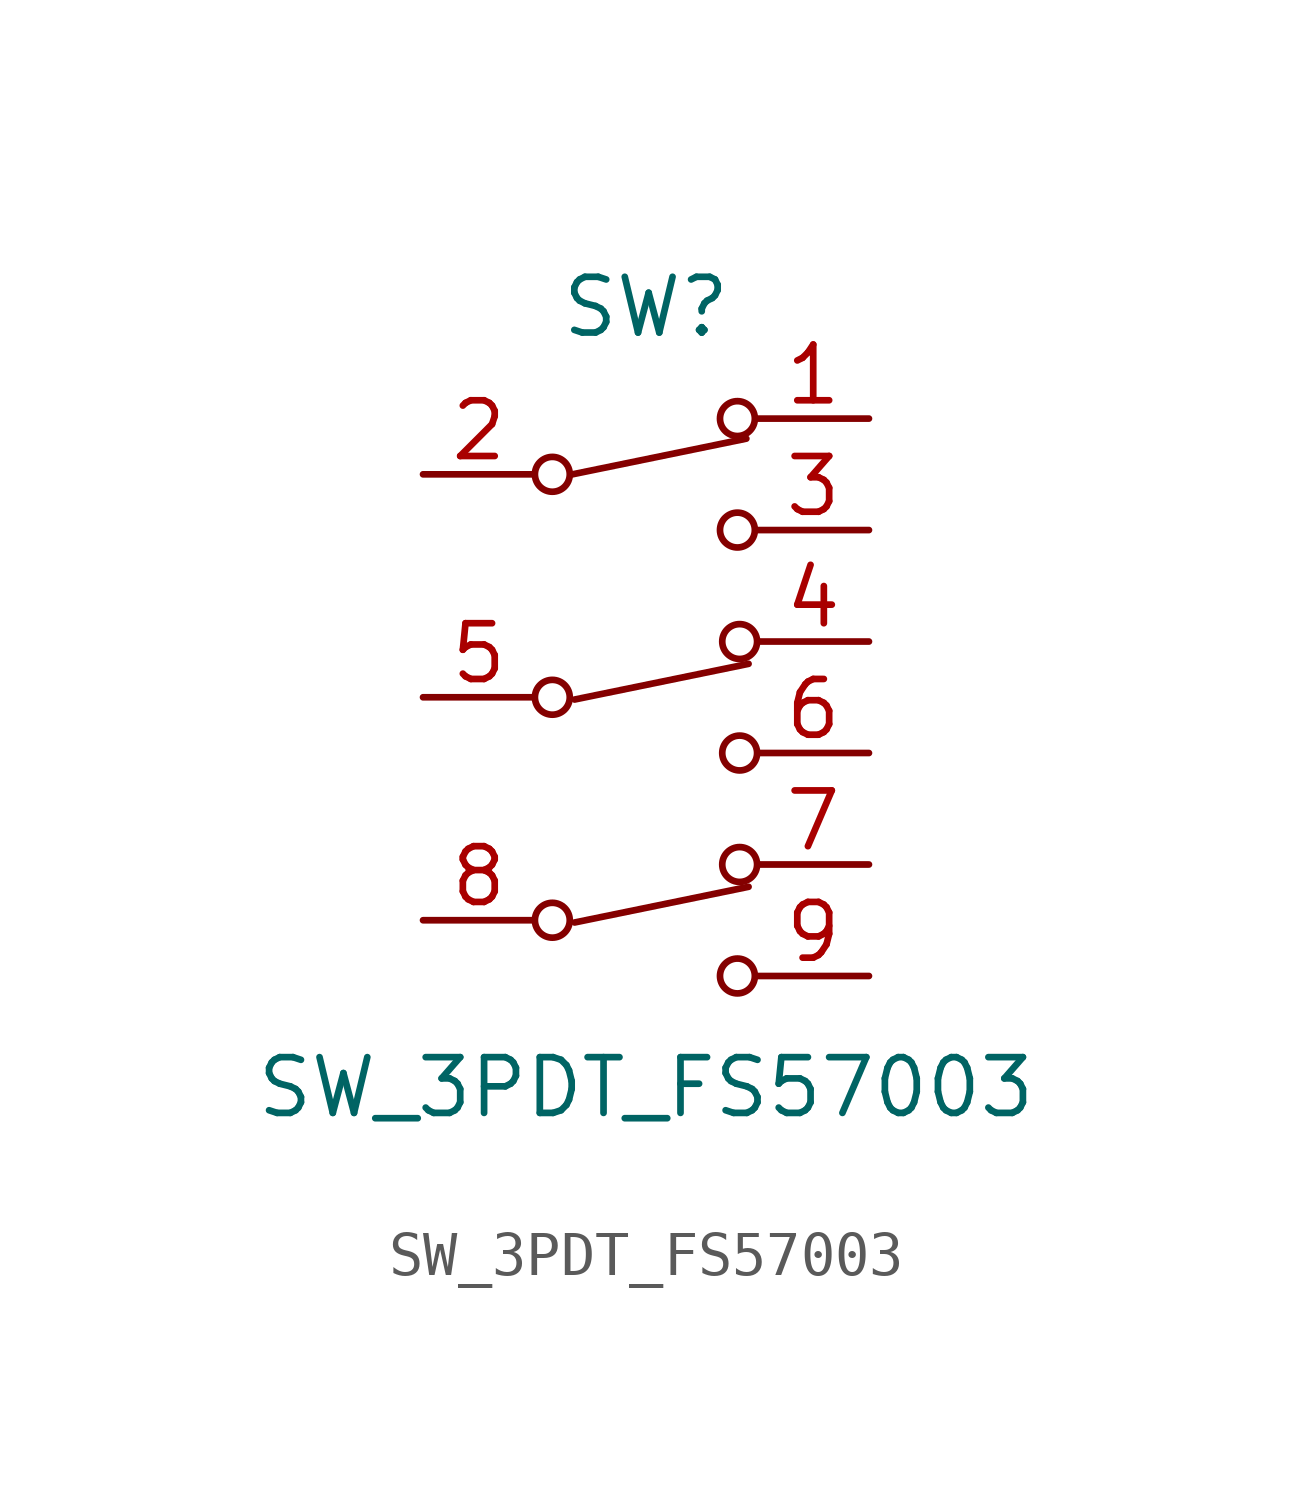
<source format=kicad_sym>
(kicad_symbol_lib
  (version 20211014)
  (generator kicad_symbol_editor)
  (symbol "SW_3PDT_FS57003"
    (pin_names hide)
    (property "Reference" "SW"
      (at 0 8.89 0)
      (effects (font (size 1.27 1.27))))
    (property "Value" "SW_3PDT_FS57003"
      (at 0 -8.89 0)
      (effects (font (size 1.27 1.27))))
    (symbol "SW_3PDT_FS57003_0_1"
      (circle (center -2.134 -5.08) (radius 0.397) (stroke (width 0) (type default) (color 0 0 0 0)) (fill (type none)))
      (circle (center -2.134 0) (radius 0.397) (stroke (width 0) (type default) (color 0 0 0 0)) (fill (type none)))
      (circle (center -2.134 5.08) (radius 0.397) (stroke (width 0) (type default) (color 0 0 0 0)) (fill (type none)))
      (polyline (pts (xy 2.286 5.893) (xy -1.676 5.08)) (stroke (width 0) (type default) (color 0 0 0 0)) (fill (type none)))
      (polyline (pts (xy 2.337 -4.318) (xy -1.626 -5.131)) (stroke (width 0) (type default) (color 0 0 0 0)) (fill (type none)))
      (polyline (pts (xy 2.337 0.762) (xy -1.626 -0.051)) (stroke (width 0) (type default) (color 0 0 0 0)) (fill (type none)))
      (circle (center 2.083 -6.35) (radius 0.397) (stroke (width 0) (type default) (color 0 0 0 0)) (fill (type none)))
      (circle (center 2.083 3.81) (radius 0.397) (stroke (width 0) (type default) (color 0 0 0 0)) (fill (type none)))
      (circle (center 2.083 6.35) (radius 0.397) (stroke (width 0) (type default) (color 0 0 0 0)) (fill (type none)))
      (circle (center 2.134 -3.81) (radius 0.397) (stroke (width 0) (type default) (color 0 0 0 0)) (fill (type none)))
      (circle (center 2.134 -1.27) (radius 0.397) (stroke (width 0) (type default) (color 0 0 0 0)) (fill (type none)))
      (circle (center 2.134 1.27) (radius 0.397) (stroke (width 0) (type default) (color 0 0 0 0)) (fill (type none))))
    (symbol "SW_3PDT_FS57003_1_1"
      (pin passive line (at 5.08 6.35 180) (length 2.54) (name "1" (effects (font (size 1.27 1.27)))) (number "1" (effects (font (size 1.27 1.27)))))
      (pin passive line (at -5.08 5.08 0) (length 2.54) (name "2" (effects (font (size 1.27 1.27)))) (number "2" (effects (font (size 1.27 1.27)))))
      (pin passive line (at 5.08 3.81 180) (length 2.54) (name "3" (effects (font (size 1.27 1.27)))) (number "3" (effects (font (size 1.27 1.27)))))
      (pin passive line (at 5.08 1.27 180) (length 2.54) (name "4" (effects (font (size 1.27 1.27)))) (number "4" (effects (font (size 1.27 1.27)))))
      (pin passive line (at -5.08 0 0) (length 2.54) (name "5" (effects (font (size 1.27 1.27)))) (number "5" (effects (font (size 1.27 1.27)))))
      (pin passive line (at 5.08 -1.27 180) (length 2.54) (name "6" (effects (font (size 1.27 1.27)))) (number "6" (effects (font (size 1.27 1.27)))))
      (pin passive line (at 5.08 -3.81 180) (length 2.54) (name "7" (effects (font (size 1.27 1.27)))) (number "7" (effects (font (size 1.27 1.27)))))
      (pin passive line (at -5.08 -5.08 0) (length 2.54) (name "8" (effects (font (size 1.27 1.27)))) (number "8" (effects (font (size 1.27 1.27)))))
      (pin passive line (at 5.08 -6.35 180) (length 2.54) (name "9" (effects (font (size 1.27 1.27)))) (number "9" (effects (font (size 1.27 1.27))))))))
</source>
